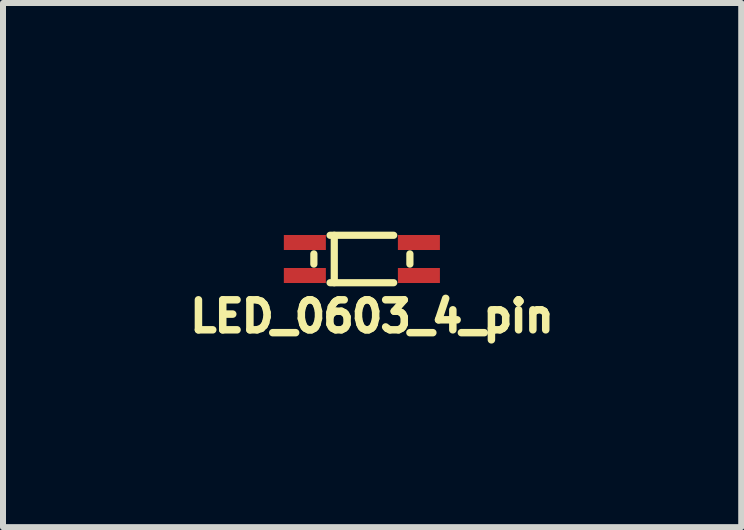
<source format=kicad_pcb>
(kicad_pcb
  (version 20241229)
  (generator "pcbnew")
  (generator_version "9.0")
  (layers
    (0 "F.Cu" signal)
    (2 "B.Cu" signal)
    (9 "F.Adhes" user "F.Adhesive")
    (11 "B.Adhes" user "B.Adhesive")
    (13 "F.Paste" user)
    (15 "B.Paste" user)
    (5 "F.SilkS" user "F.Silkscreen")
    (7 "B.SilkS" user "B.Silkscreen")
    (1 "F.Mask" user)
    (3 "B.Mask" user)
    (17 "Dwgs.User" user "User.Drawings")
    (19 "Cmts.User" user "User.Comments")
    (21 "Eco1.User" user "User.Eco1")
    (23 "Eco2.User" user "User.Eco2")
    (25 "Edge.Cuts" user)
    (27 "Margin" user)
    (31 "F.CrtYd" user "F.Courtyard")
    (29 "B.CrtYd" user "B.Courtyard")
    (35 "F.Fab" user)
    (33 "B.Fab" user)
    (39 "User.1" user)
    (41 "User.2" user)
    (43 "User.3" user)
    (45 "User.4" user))
  (footprint "LED_0603_4_pin"
    (layer "F.Cu")
    (at 3.089 0.25)
    (property "Reference" "LED_0603_4_pin" (at 0.06 1.97 0) (layer "F.SilkS") (effects (font (size 0.5 0.5) (thickness 0.125))))
    (attr through_hole)
    (fp_line (start -0.91 0.93) (end -0.91 1.1) (stroke (width 0.12) (type solid)) (layer "F.SilkS"))
    (fp_line (start -0.64 0.62) (end 0.42 0.62) (stroke (width 0.12) (type solid)) (layer "F.SilkS"))
    (fp_line (start -0.64 1.41) (end 0.42 1.41) (stroke (width 0.12) (type solid)) (layer "F.SilkS"))
    (fp_line (start -0.57 0.62) (end -0.57 1.41) (stroke (width 0.12) (type solid)) (layer "F.SilkS"))
    (fp_line (start 0.69 0.93) (end 0.69 1.1) (stroke (width 0.12) (type solid)) (layer "F.SilkS"))
    (pad "1" smd rect (at -1.06 0.74) (size 0.7 0.25) (layers "F.Cu" "F.Mask" "F.Paste"))
    (pad "2" smd rect (at 0.84 0.74) (size 0.7 0.25) (layers "F.Cu" "F.Mask" "F.Paste"))
    (pad "3" smd rect (at -1.06 1.29) (size 0.7 0.25) (layers "F.Cu" "F.Mask" "F.Paste"))
    (pad "4" smd rect (at 0.84 1.29) (size 0.7 0.25) (layers "F.Cu" "F.Mask" "F.Paste")))
  (gr_rect
    (start -3 -3)
    (end 9.299 5.732)
    (stroke (width 0.1) (type default))
    (fill no)
    (layer "Edge.Cuts")))
</source>
